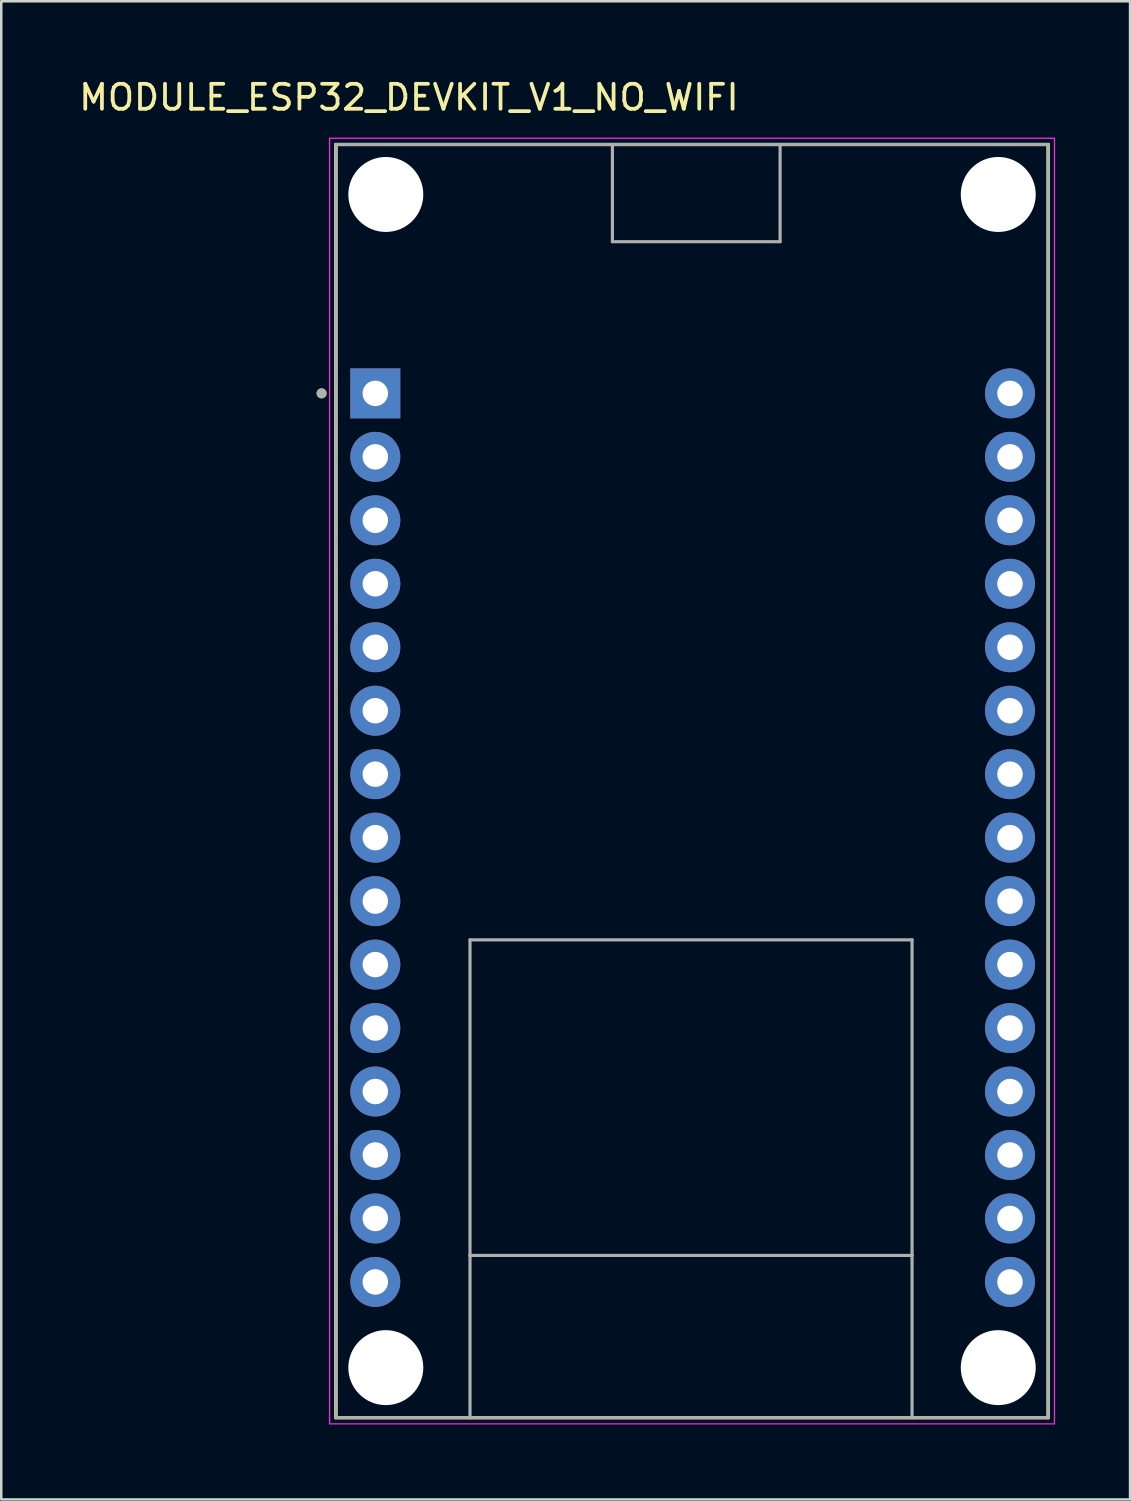
<source format=kicad_pcb>
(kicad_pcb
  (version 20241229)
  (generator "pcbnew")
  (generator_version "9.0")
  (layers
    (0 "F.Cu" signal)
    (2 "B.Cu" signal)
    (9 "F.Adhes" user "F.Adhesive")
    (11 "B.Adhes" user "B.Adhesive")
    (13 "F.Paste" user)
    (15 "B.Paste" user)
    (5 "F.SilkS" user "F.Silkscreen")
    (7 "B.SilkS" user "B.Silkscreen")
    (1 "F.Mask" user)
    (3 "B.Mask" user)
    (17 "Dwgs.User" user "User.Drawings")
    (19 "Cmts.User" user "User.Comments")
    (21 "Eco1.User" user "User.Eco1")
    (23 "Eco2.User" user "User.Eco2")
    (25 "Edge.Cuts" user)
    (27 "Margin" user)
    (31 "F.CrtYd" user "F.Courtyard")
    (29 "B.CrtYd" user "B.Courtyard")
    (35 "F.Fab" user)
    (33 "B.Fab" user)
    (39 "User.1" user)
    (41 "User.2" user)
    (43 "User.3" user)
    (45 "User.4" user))
  (footprint "MODULE_ESP32_DEVKIT_V1_NO_WIFI"
    (layer "F.Cu")
    (at 24.67 28.208)
    (property "Reference" "MODULE_ESP32_DEVKIT_V1_NO_WIFI" (at -11.355 -27.36 0) (layer "F.SilkS") (effects (font (size 1 1) (thickness 0.15))))
    (attr through_hole)
    (fp_line (start -14.28 -25.475) (end -3.211 -25.475) (stroke (width 0.127) (type solid)) (layer "F.SilkS"))
    (fp_line (start -14.28 -25.475) (end 14.23 -25.475) (stroke (width 0.127) (type solid)) (layer "F.SilkS"))
    (fp_line (start -14.28 25.475) (end -14.28 -25.475) (stroke (width 0.127) (type solid)) (layer "F.SilkS"))
    (fp_line (start -14.28 25.475) (end -14.28 -25.475) (stroke (width 0.127) (type solid)) (layer "F.SilkS"))
    (fp_line (start -14.28 25.475) (end -8.91 25.475) (stroke (width 0.127) (type solid)) (layer "F.SilkS"))
    (fp_line (start -8.91 25.475) (end 8.78 25.475) (stroke (width 0.127) (type solid)) (layer "F.SilkS"))
    (fp_line (start -3.211 -25.475) (end 3.5 -25.475) (stroke (width 0.127) (type solid)) (layer "F.SilkS"))
    (fp_line (start 3.5 -25.475) (end 14.23 -25.475) (stroke (width 0.127) (type solid)) (layer "F.SilkS"))
    (fp_line (start 8.78 25.475) (end 14.23 25.475) (stroke (width 0.127) (type solid)) (layer "F.SilkS"))
    (fp_line (start 14.23 -25.475) (end 14.23 25.475) (stroke (width 0.127) (type solid)) (layer "F.SilkS"))
    (fp_line (start 14.23 -25.475) (end 14.23 25.475) (stroke (width 0.127) (type solid)) (layer "F.SilkS"))
    (fp_line (start 14.23 25.475) (end -14.28 25.475) (stroke (width 0.127) (type solid)) (layer "F.SilkS"))
    (fp_circle (center -14.85 -15.515) (end -14.75 -15.515) (stroke (width 0.2) (type solid)) (fill no) (layer "F.SilkS"))
    (fp_line (start -14.53 -25.725) (end -14.53 25.725) (stroke (width 0.05) (type solid)) (layer "F.CrtYd"))
    (fp_line (start -14.53 25.725) (end 14.48 25.725) (stroke (width 0.05) (type solid)) (layer "F.CrtYd"))
    (fp_line (start 14.48 -25.725) (end -14.53 -25.725) (stroke (width 0.05) (type solid)) (layer "F.CrtYd"))
    (fp_line (start 14.48 25.725) (end 14.48 -25.725) (stroke (width 0.05) (type solid)) (layer "F.CrtYd"))
    (fp_line (start -14.28 -25.475) (end -3.211 -25.475) (stroke (width 0.127) (type solid)) (layer "F.Fab"))
    (fp_line (start -14.28 25.475) (end -14.28 -25.475) (stroke (width 0.127) (type solid)) (layer "F.Fab"))
    (fp_line (start -14.28 25.475) (end -8.91 25.475) (stroke (width 0.127) (type solid)) (layer "F.Fab"))
    (fp_line (start -8.91 6.355) (end 8.78 6.355) (stroke (width 0.127) (type solid)) (layer "F.Fab"))
    (fp_line (start -8.91 18.985) (end -8.91 6.355) (stroke (width 0.127) (type solid)) (layer "F.Fab"))
    (fp_line (start -8.91 18.985) (end 8.78 18.985) (stroke (width 0.127) (type solid)) (layer "F.Fab"))
    (fp_line (start -8.91 25.475) (end -8.91 18.985) (stroke (width 0.127) (type solid)) (layer "F.Fab"))
    (fp_line (start -8.91 25.475) (end 8.78 25.475) (stroke (width 0.127) (type solid)) (layer "F.Fab"))
    (fp_line (start -3.211 -25.475) (end 3.5 -25.475) (stroke (width 0.127) (type solid)) (layer "F.Fab"))
    (fp_line (start -3.211 -21.585) (end -3.211 -25.475) (stroke (width 0.127) (type solid)) (layer "F.Fab"))
    (fp_line (start 3.5 -25.475) (end 3.5 -21.585) (stroke (width 0.127) (type solid)) (layer "F.Fab"))
    (fp_line (start 3.5 -25.475) (end 14.23 -25.475) (stroke (width 0.127) (type solid)) (layer "F.Fab"))
    (fp_line (start 3.5 -21.585) (end -3.211 -21.585) (stroke (width 0.127) (type solid)) (layer "F.Fab"))
    (fp_line (start 8.78 6.355) (end 8.78 18.985) (stroke (width 0.127) (type solid)) (layer "F.Fab"))
    (fp_line (start 8.78 18.985) (end 8.78 25.475) (stroke (width 0.127) (type solid)) (layer "F.Fab"))
    (fp_line (start 8.78 25.475) (end 14.23 25.475) (stroke (width 0.127) (type solid)) (layer "F.Fab"))
    (fp_line (start 14.23 -25.475) (end 14.23 25.475) (stroke (width 0.127) (type solid)) (layer "F.Fab"))
    (fp_circle (center -14.85 -15.515) (end -14.75 -15.515) (stroke (width 0.2) (type solid)) (fill no) (layer "F.Fab"))
    (pad "" np_thru_hole circle (at -12.28 -23.475) (size 3 3) (drill 3) (layers "*.Cu" "*.Mask"))
    (pad "" np_thru_hole circle (at -12.28 23.475) (size 3 3) (drill 3) (layers "*.Cu" "*.Mask"))
    (pad "" np_thru_hole circle (at 12.23 -23.475) (size 3 3) (drill 3) (layers "*.Cu" "*.Mask"))
    (pad "" np_thru_hole circle (at 12.23 23.475) (size 3 3) (drill 3) (layers "*.Cu" "*.Mask"))
    (pad "1" thru_hole rect (at -12.7 -15.515) (size 2 2) (drill 1.02) (layers "*.Cu" "*.Mask"))
    (pad "2" thru_hole circle (at -12.7 -12.975) (size 2 2) (drill 1.02) (layers "*.Cu" "*.Mask"))
    (pad "3" thru_hole circle (at -12.7 -10.435) (size 2 2) (drill 1.02) (layers "*.Cu" "*.Mask"))
    (pad "4" thru_hole circle (at -12.7 -7.895) (size 2 2) (drill 1.02) (layers "*.Cu" "*.Mask"))
    (pad "5" thru_hole circle (at -12.7 -5.355) (size 2 2) (drill 1.02) (layers "*.Cu" "*.Mask"))
    (pad "6" thru_hole circle (at -12.7 -2.815) (size 2 2) (drill 1.02) (layers "*.Cu" "*.Mask"))
    (pad "7" thru_hole circle (at -12.7 -0.275) (size 2 2) (drill 1.02) (layers "*.Cu" "*.Mask"))
    (pad "8" thru_hole circle (at -12.7 2.265) (size 2 2) (drill 1.02) (layers "*.Cu" "*.Mask"))
    (pad "9" thru_hole circle (at -12.7 4.805) (size 2 2) (drill 1.02) (layers "*.Cu" "*.Mask"))
    (pad "10" thru_hole circle (at -12.7 7.345) (size 2 2) (drill 1.02) (layers "*.Cu" "*.Mask"))
    (pad "11" thru_hole circle (at -12.7 9.885) (size 2 2) (drill 1.02) (layers "*.Cu" "*.Mask"))
    (pad "12" thru_hole circle (at -12.7 12.425) (size 2 2) (drill 1.02) (layers "*.Cu" "*.Mask"))
    (pad "13" thru_hole circle (at -12.7 14.965) (size 2 2) (drill 1.02) (layers "*.Cu" "*.Mask"))
    (pad "14" thru_hole circle (at -12.7 17.505) (size 2 2) (drill 1.02) (layers "*.Cu" "*.Mask"))
    (pad "15" thru_hole circle (at -12.7 20.045) (size 2 2) (drill 1.02) (layers "*.Cu" "*.Mask"))
    (pad "16" thru_hole circle (at 12.7 20.045) (size 2 2) (drill 1.02) (layers "*.Cu" "*.Mask"))
    (pad "17" thru_hole circle (at 12.7 17.505) (size 2 2) (drill 1.02) (layers "*.Cu" "*.Mask"))
    (pad "18" thru_hole circle (at 12.7 14.965) (size 2 2) (drill 1.02) (layers "*.Cu" "*.Mask"))
    (pad "19" thru_hole circle (at 12.7 12.425) (size 2 2) (drill 1.02) (layers "*.Cu" "*.Mask"))
    (pad "20" thru_hole circle (at 12.7 9.885) (size 2 2) (drill 1.02) (layers "*.Cu" "*.Mask"))
    (pad "21" thru_hole circle (at 12.7 7.345) (size 2 2) (drill 1.02) (layers "*.Cu" "*.Mask"))
    (pad "22" thru_hole circle (at 12.7 4.805) (size 2 2) (drill 1.02) (layers "*.Cu" "*.Mask"))
    (pad "23" thru_hole circle (at 12.7 2.265) (size 2 2) (drill 1.02) (layers "*.Cu" "*.Mask"))
    (pad "24" thru_hole circle (at 12.7 -0.275) (size 2 2) (drill 1.02) (layers "*.Cu" "*.Mask"))
    (pad "25" thru_hole circle (at 12.7 -2.815) (size 2 2) (drill 1.02) (layers "*.Cu" "*.Mask"))
    (pad "26" thru_hole circle (at 12.7 -5.355) (size 2 2) (drill 1.02) (layers "*.Cu" "*.Mask"))
    (pad "27" thru_hole circle (at 12.7 -7.895) (size 2 2) (drill 1.02) (layers "*.Cu" "*.Mask"))
    (pad "28" thru_hole circle (at 12.7 -10.435) (size 2 2) (drill 1.02) (layers "*.Cu" "*.Mask"))
    (pad "29" thru_hole circle (at 12.7 -12.975) (size 2 2) (drill 1.02) (layers "*.Cu" "*.Mask"))
    (pad "30" thru_hole circle (at 12.7 -15.515) (size 2 2) (drill 1.02) (layers "*.Cu" "*.Mask")))
  (gr_rect
    (start -3 -3)
    (end 42.175 56.958)
    (stroke (width 0.1) (type default))
    (fill no)
    (layer "Edge.Cuts")))
</source>
